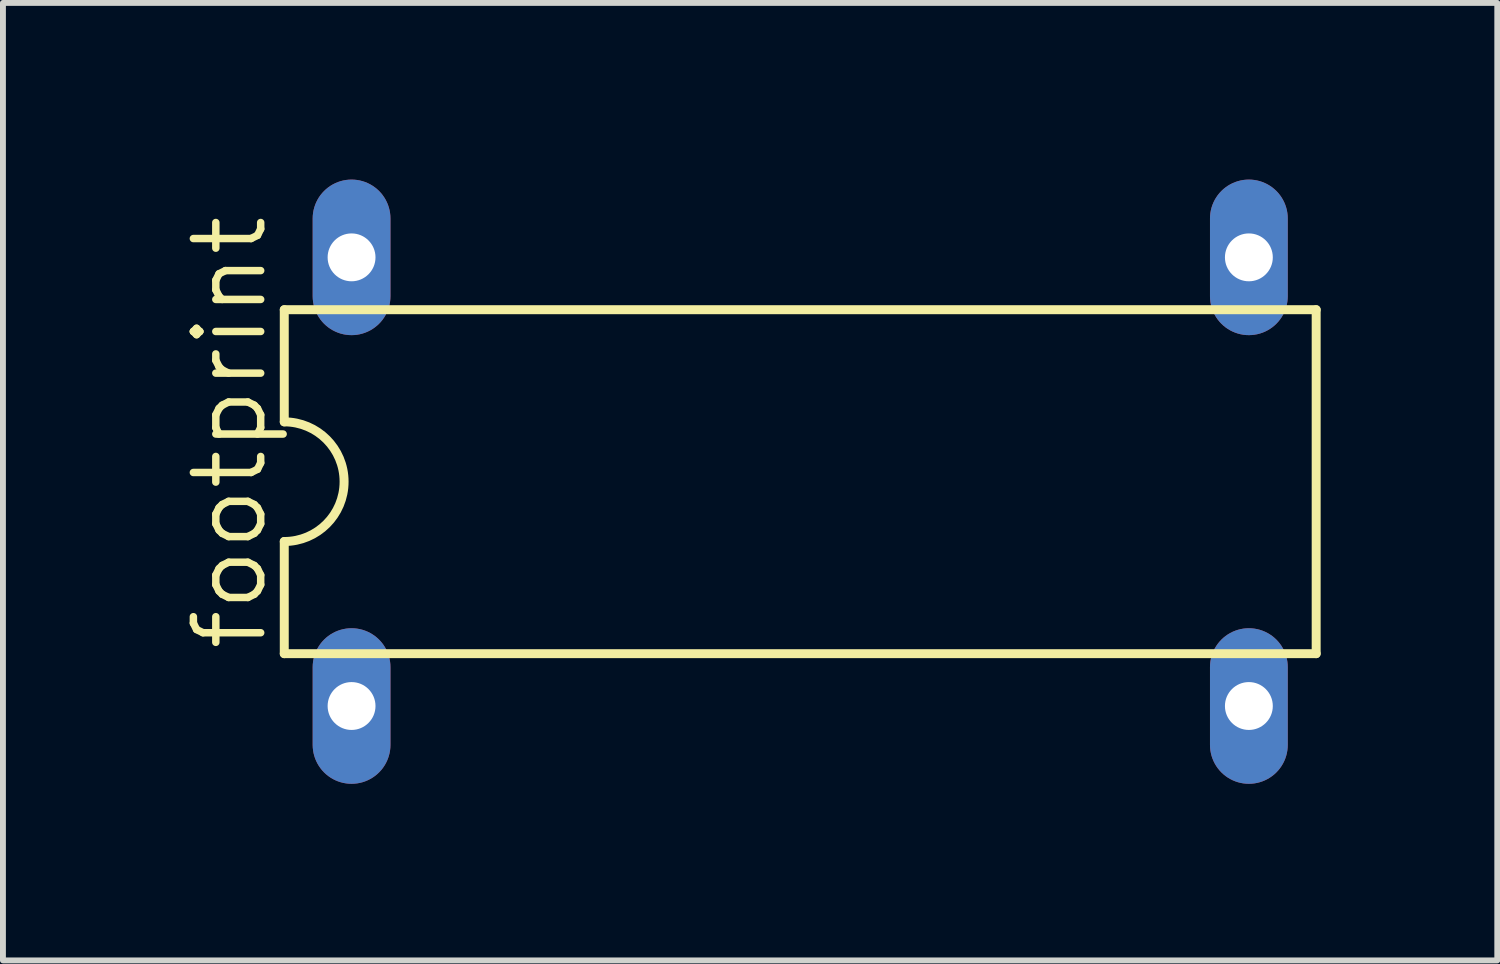
<source format=kicad_pcb>
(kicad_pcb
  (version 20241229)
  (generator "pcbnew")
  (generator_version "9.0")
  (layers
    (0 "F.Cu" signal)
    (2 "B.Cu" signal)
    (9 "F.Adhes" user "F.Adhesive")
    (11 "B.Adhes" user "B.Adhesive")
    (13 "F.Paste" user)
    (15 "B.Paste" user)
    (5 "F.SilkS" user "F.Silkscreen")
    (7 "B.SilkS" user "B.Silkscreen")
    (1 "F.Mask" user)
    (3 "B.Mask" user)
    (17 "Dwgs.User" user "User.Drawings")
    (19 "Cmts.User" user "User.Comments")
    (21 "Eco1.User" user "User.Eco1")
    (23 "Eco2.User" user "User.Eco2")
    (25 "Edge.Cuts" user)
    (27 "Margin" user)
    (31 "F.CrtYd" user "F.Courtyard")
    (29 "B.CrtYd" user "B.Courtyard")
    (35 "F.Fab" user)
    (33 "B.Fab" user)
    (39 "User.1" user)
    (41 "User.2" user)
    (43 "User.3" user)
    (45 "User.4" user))
  (footprint "footprint"
    (layer "F.Cu")
    (at 10.541 5.131)
    (property "Reference" "footprint" (at -9.017 2.921 90) (layer "F.SilkS") (effects (font (size 1.143 1.143) (thickness 0.127)) (justify left bottom)))
    (fp_line (start -8.763 -2.921) (end -8.763 -1.016) (stroke (width 0.152) (type solid)) (layer "F.SilkS"))
    (fp_line (start -8.763 2.921) (end -8.763 1.016) (stroke (width 0.152) (type solid)) (layer "F.SilkS"))
    (fp_line (start -8.763 2.921) (end 8.763 2.921) (stroke (width 0.152) (type solid)) (layer "F.SilkS"))
    (fp_line (start 8.763 -2.921) (end -8.763 -2.921) (stroke (width 0.152) (type solid)) (layer "F.SilkS"))
    (fp_line (start 8.763 -2.921) (end 8.763 2.921) (stroke (width 0.152) (type solid)) (layer "F.SilkS"))
    (fp_arc (start -8.763 -1.016) (mid -7.747 0) (end -8.763 1.016) (stroke (width 0.1524) (type solid)) (layer "F.SilkS"))
    (pad "1" thru_hole oval (at -7.62 3.81 90) (size 2.642 1.321) (drill 0.813) (layers "*.Cu" "*.Mask"))
    (pad "7" thru_hole oval (at 7.62 3.81 90) (size 2.642 1.321) (drill 0.813) (layers "*.Cu" "*.Mask"))
    (pad "8" thru_hole oval (at 7.62 -3.81 90) (size 2.642 1.321) (drill 0.813) (layers "*.Cu" "*.Mask"))
    (pad "14" thru_hole oval (at -7.62 -3.81 90) (size 2.642 1.321) (drill 0.813) (layers "*.Cu" "*.Mask")))
  (gr_rect
    (start -3 -3)
    (end 22.38 13.262)
    (stroke (width 0.1) (type default))
    (fill no)
    (layer "Edge.Cuts")))
</source>
